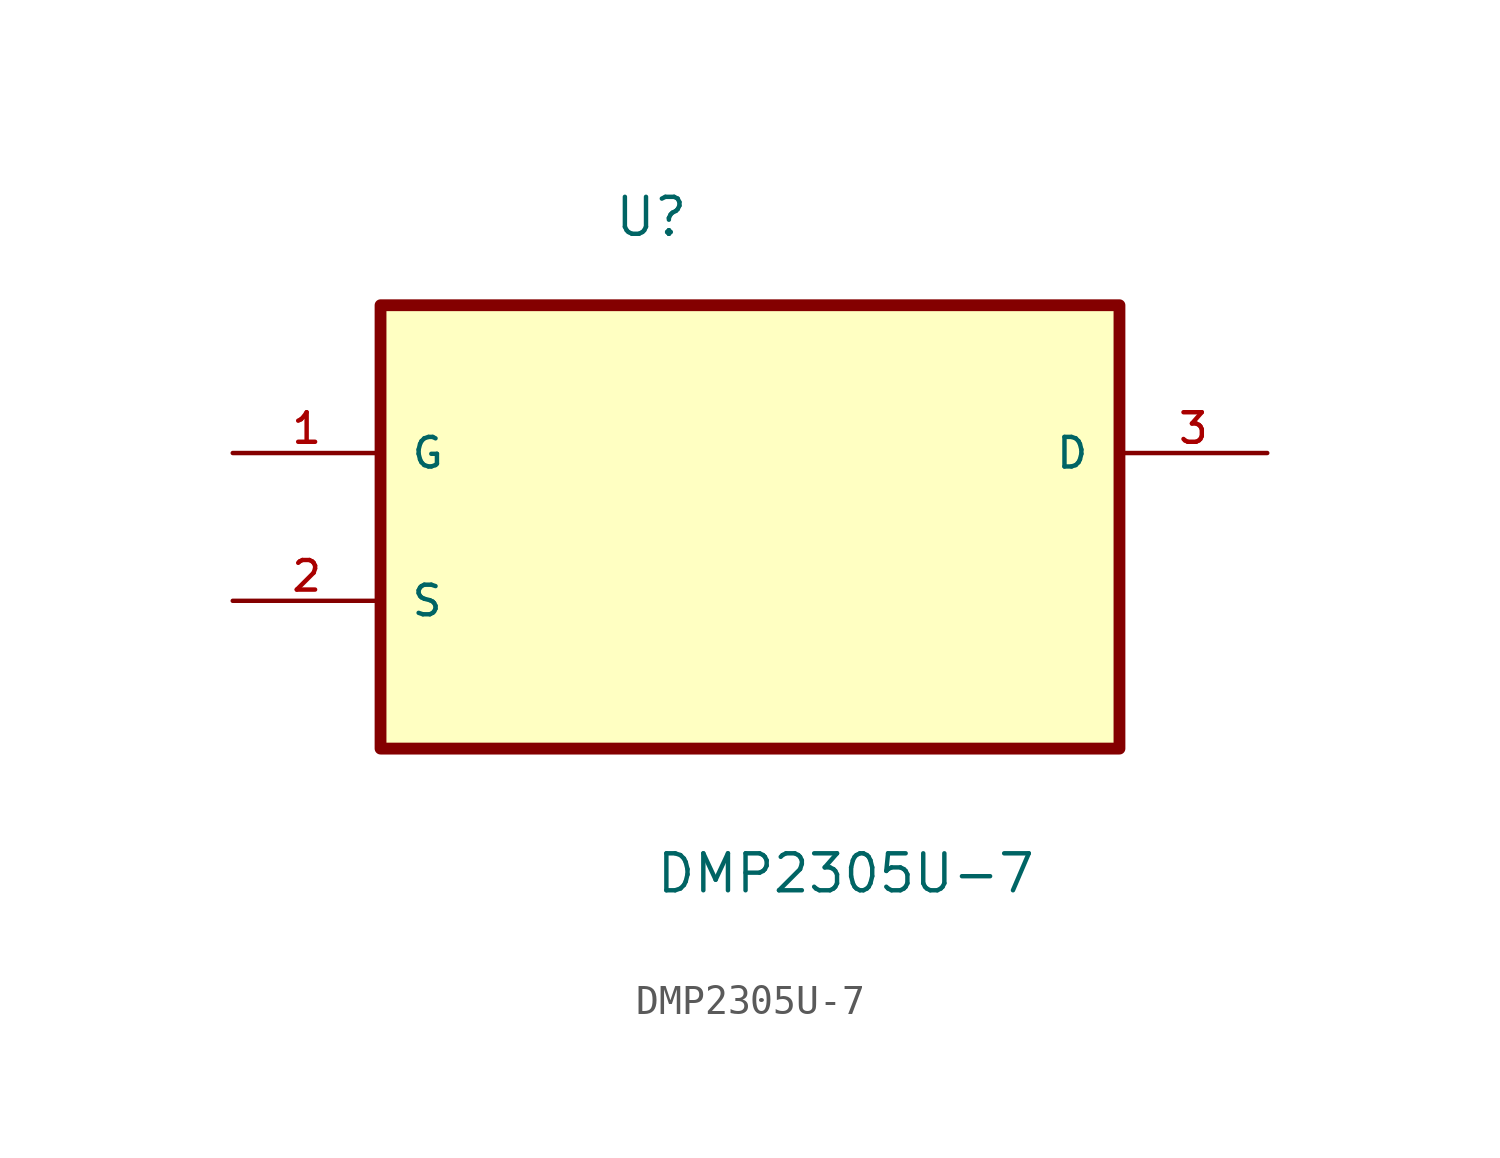
<source format=kicad_sym>
(kicad_symbol_lib
  (version 20211014)
  (generator kicad_symbol_editor)
  (symbol "DMP2305U-7"
    (pin_names
      (offset 1.016))
    (property "Reference" "U"
      (at -4.703 7.373 0.0)
      (effects (font (size 1.27 1.27)) (justify bottom left)))
    (property "Value" "DMP2305U-7"
      (at -3.277 -15.193 0.0)
      (effects (font (size 1.27 1.27)) (justify bottom left)))
    (symbol "DMP2305U-7_0_0"
      (rectangle (start -12.7 -10.16) (end 12.7 5.08) (stroke (width 0.406)) (fill (type background)))
      (pin input line (at -17.78 0.0 0) (length 5.08) (name "G" (effects (font (size 1.016 1.016)))) (number "1" (effects (font (size 1.016 1.016)))))
      (pin passive line (at -17.78 -5.08 0) (length 5.08) (name "S" (effects (font (size 1.016 1.016)))) (number "2" (effects (font (size 1.016 1.016)))))
      (pin output line (at 17.78 0.0 180.0) (length 5.08) (name "D" (effects (font (size 1.016 1.016)))) (number "3" (effects (font (size 1.016 1.016))))))))
</source>
